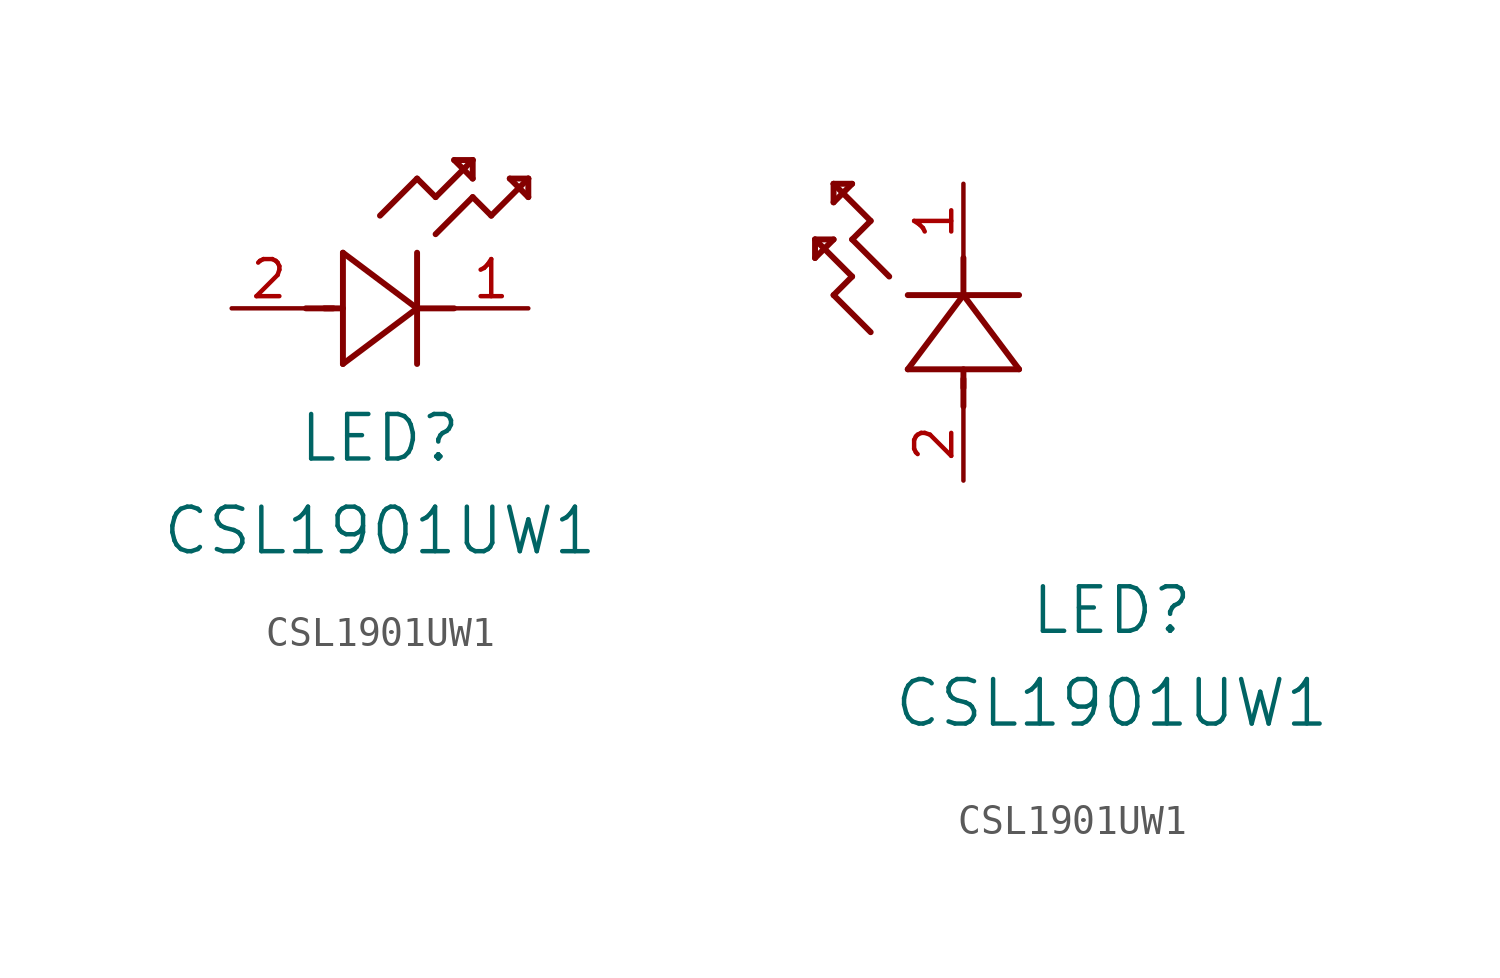
<source format=kicad_sym>
(kicad_symbol_lib
  (version 20220914)
  (generator kicad_symbol_editor)
  (symbol "CSL1901UW1"
    (pin_names
      (offset 0.254))
    (property "Reference" "LED"
      (at 5.08 -4.445 0)
      (effects (font (size 1.524 1.524))))
    (property "Value" "CSL1901UW1"
      (at 5.08 -7.62 0)
      (effects (font (size 1.524 1.524))))
    (property "ki_locked" ""
      (at 0 0 0)
      (effects (font (size 1.27 1.27))))
    (symbol "CSL1901UW1_1_1"
      (polyline (pts (xy 2.54 0) (xy 3.48 0)) (stroke (width 0.203) (type default)) (fill (type none)))
      (polyline (pts (xy 3.175 0) (xy 3.81 0)) (stroke (width 0.203) (type default)) (fill (type none)))
      (polyline (pts (xy 3.81 -1.905) (xy 6.35 0)) (stroke (width 0.203) (type default)) (fill (type none)))
      (polyline (pts (xy 3.81 1.905) (xy 3.81 -1.905)) (stroke (width 0.203) (type default)) (fill (type none)))
      (polyline (pts (xy 5.08 3.175) (xy 6.35 4.445)) (stroke (width 0.203) (type default)) (fill (type none)))
      (polyline (pts (xy 6.35 -1.905) (xy 6.35 1.905)) (stroke (width 0.203) (type default)) (fill (type none)))
      (polyline (pts (xy 6.35 0) (xy 3.81 1.905)) (stroke (width 0.203) (type default)) (fill (type none)))
      (polyline (pts (xy 6.35 0) (xy 7.62 0)) (stroke (width 0.203) (type default)) (fill (type none)))
      (polyline (pts (xy 6.35 4.445) (xy 6.985 3.81)) (stroke (width 0.203) (type default)) (fill (type none)))
      (polyline (pts (xy 6.985 2.54) (xy 8.255 3.81)) (stroke (width 0.203) (type default)) (fill (type none)))
      (polyline (pts (xy 6.985 3.81) (xy 8.255 5.08)) (stroke (width 0.203) (type default)) (fill (type none)))
      (polyline (pts (xy 7.62 5.08) (xy 8.255 4.445)) (stroke (width 0.203) (type default)) (fill (type none)))
      (polyline (pts (xy 8.255 3.81) (xy 8.89 3.175)) (stroke (width 0.203) (type default)) (fill (type none)))
      (polyline (pts (xy 8.255 4.445) (xy 8.255 5.08)) (stroke (width 0.203) (type default)) (fill (type none)))
      (polyline (pts (xy 8.255 5.08) (xy 7.62 5.08)) (stroke (width 0.203) (type default)) (fill (type none)))
      (polyline (pts (xy 8.89 3.175) (xy 10.16 4.445)) (stroke (width 0.203) (type default)) (fill (type none)))
      (polyline (pts (xy 9.525 4.445) (xy 10.16 3.81)) (stroke (width 0.203) (type default)) (fill (type none)))
      (polyline (pts (xy 10.16 3.81) (xy 10.16 4.445)) (stroke (width 0.203) (type default)) (fill (type none)))
      (polyline (pts (xy 10.16 4.445) (xy 9.525 4.445)) (stroke (width 0.203) (type default)) (fill (type none)))
      (pin unspecified line (at 10.16 0 180) (length 2.54) (name "" (effects (font (size 1.27 1.27)))) (number "1" (effects (font (size 1.27 1.27)))))
      (pin unspecified line (at 0 0 0) (length 2.54) (name "" (effects (font (size 1.27 1.27)))) (number "2" (effects (font (size 1.27 1.27))))))
    (symbol "CSL1901UW1_1_2"
      (polyline (pts (xy -5.08 7.62) (xy -4.445 8.255)) (stroke (width 0.203) (type default)) (fill (type none)))
      (polyline (pts (xy -5.08 8.255) (xy -5.08 7.62)) (stroke (width 0.203) (type default)) (fill (type none)))
      (polyline (pts (xy -4.445 6.35) (xy -3.81 6.985)) (stroke (width 0.203) (type default)) (fill (type none)))
      (polyline (pts (xy -4.445 8.255) (xy -5.08 8.255)) (stroke (width 0.203) (type default)) (fill (type none)))
      (polyline (pts (xy -4.445 9.525) (xy -3.81 10.16)) (stroke (width 0.203) (type default)) (fill (type none)))
      (polyline (pts (xy -4.445 10.16) (xy -4.445 9.525)) (stroke (width 0.203) (type default)) (fill (type none)))
      (polyline (pts (xy -3.81 6.985) (xy -5.08 8.255)) (stroke (width 0.203) (type default)) (fill (type none)))
      (polyline (pts (xy -3.81 8.255) (xy -3.175 8.89)) (stroke (width 0.203) (type default)) (fill (type none)))
      (polyline (pts (xy -3.81 10.16) (xy -4.445 10.16)) (stroke (width 0.203) (type default)) (fill (type none)))
      (polyline (pts (xy -3.175 5.08) (xy -4.445 6.35)) (stroke (width 0.203) (type default)) (fill (type none)))
      (polyline (pts (xy -3.175 8.89) (xy -4.445 10.16)) (stroke (width 0.203) (type default)) (fill (type none)))
      (polyline (pts (xy -2.54 6.985) (xy -3.81 8.255)) (stroke (width 0.203) (type default)) (fill (type none)))
      (polyline (pts (xy -1.905 3.81) (xy 1.905 3.81)) (stroke (width 0.203) (type default)) (fill (type none)))
      (polyline (pts (xy 0 2.54) (xy 0 3.48)) (stroke (width 0.203) (type default)) (fill (type none)))
      (polyline (pts (xy 0 3.175) (xy 0 3.81)) (stroke (width 0.203) (type default)) (fill (type none)))
      (polyline (pts (xy 0 6.35) (xy -1.905 3.81)) (stroke (width 0.203) (type default)) (fill (type none)))
      (polyline (pts (xy 0 6.35) (xy 0 7.62)) (stroke (width 0.203) (type default)) (fill (type none)))
      (polyline (pts (xy 1.905 3.81) (xy 0 6.35)) (stroke (width 0.203) (type default)) (fill (type none)))
      (polyline (pts (xy 1.905 6.35) (xy -1.905 6.35)) (stroke (width 0.203) (type default)) (fill (type none)))
      (pin unspecified line (at 0 10.16 270) (length 2.54) (name "" (effects (font (size 1.27 1.27)))) (number "1" (effects (font (size 1.27 1.27)))))
      (pin unspecified line (at 0 0 90) (length 2.54) (name "" (effects (font (size 1.27 1.27)))) (number "2" (effects (font (size 1.27 1.27))))))))
</source>
